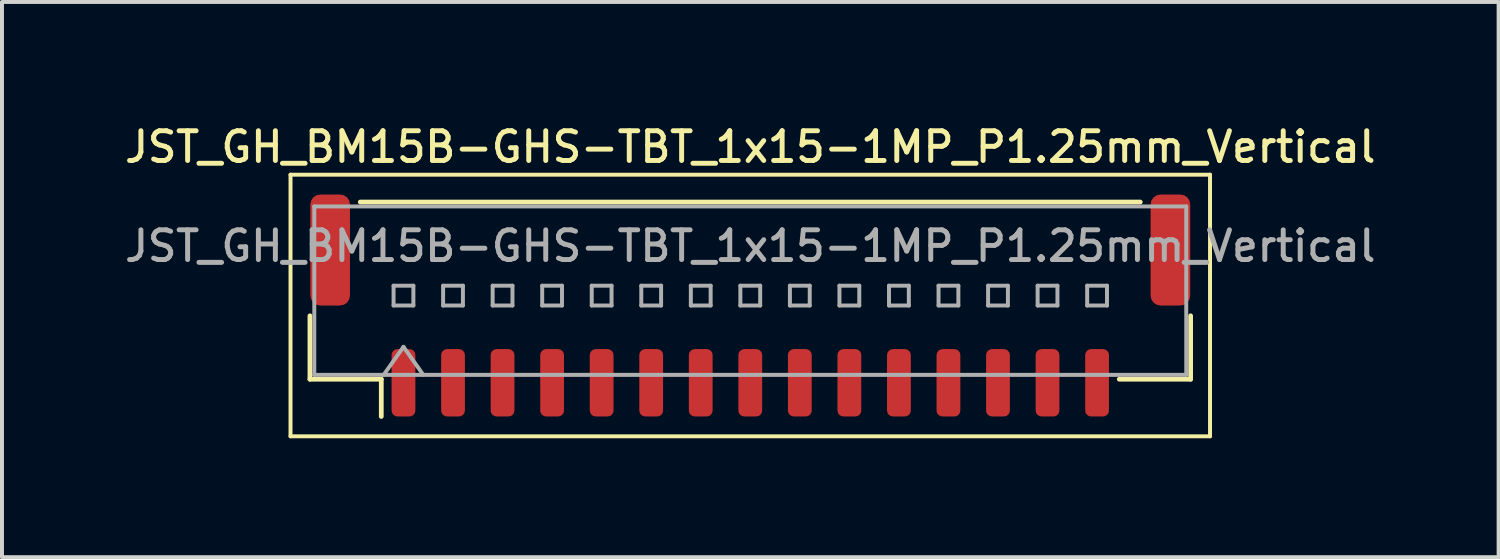
<source format=kicad_pcb>
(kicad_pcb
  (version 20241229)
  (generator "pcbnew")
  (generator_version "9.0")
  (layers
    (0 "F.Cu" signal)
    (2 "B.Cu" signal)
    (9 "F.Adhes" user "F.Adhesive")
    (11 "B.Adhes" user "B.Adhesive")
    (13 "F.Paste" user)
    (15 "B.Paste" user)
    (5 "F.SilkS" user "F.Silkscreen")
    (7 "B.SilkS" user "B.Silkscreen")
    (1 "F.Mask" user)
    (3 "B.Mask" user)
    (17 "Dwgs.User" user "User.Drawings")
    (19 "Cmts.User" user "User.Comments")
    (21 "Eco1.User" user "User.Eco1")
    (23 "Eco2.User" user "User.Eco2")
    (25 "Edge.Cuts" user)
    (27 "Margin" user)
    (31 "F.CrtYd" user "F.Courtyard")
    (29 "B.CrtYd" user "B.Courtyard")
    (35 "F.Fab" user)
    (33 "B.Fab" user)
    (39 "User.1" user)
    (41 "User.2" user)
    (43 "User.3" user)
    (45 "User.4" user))
  (footprint "JST_GH_BM15B-GHS-TBT_1x15-1MP_P1.25mm_Vertical"
    (layer "F.Cu")
    (at 15.88 4.658)
    (property "Reference" "JST_GH_BM15B-GHS-TBT_1x15-1MP_P1.25mm_Vertical" (at 0 -4 0) (layer "F.SilkS") (effects (font (size 0.75 0.75) (thickness 0.125))))
    (attr smd)
    (fp_line (start -11.6 -3.3) (end -11.6 3.3) (stroke (width 0.1) (type solid)) (layer "F.SilkS"))
    (fp_line (start -11.6 3.3) (end 11.6 3.3) (stroke (width 0.1) (type solid)) (layer "F.SilkS"))
    (fp_line (start -11.11 0.26) (end -11.11 1.86) (stroke (width 0.12) (type solid)) (layer "F.SilkS"))
    (fp_line (start -11.11 1.86) (end -9.31 1.86) (stroke (width 0.12) (type solid)) (layer "F.SilkS"))
    (fp_line (start -9.84 -2.61) (end 9.84 -2.61) (stroke (width 0.12) (type solid)) (layer "F.SilkS"))
    (fp_line (start -9.31 1.86) (end -9.31 2.8) (stroke (width 0.12) (type solid)) (layer "F.SilkS"))
    (fp_line (start 11.11 0.26) (end 11.11 1.86) (stroke (width 0.12) (type solid)) (layer "F.SilkS"))
    (fp_line (start 11.11 1.86) (end 9.31 1.86) (stroke (width 0.12) (type solid)) (layer "F.SilkS"))
    (fp_line (start 11.6 -3.3) (end -11.6 -3.3) (stroke (width 0.1) (type solid)) (layer "F.SilkS"))
    (fp_line (start 11.6 3.3) (end 11.6 -3.3) (stroke (width 0.1) (type solid)) (layer "F.SilkS"))
    (fp_line (start -11 -2.5) (end 11 -2.5) (stroke (width 0.1) (type solid)) (layer "F.Fab"))
    (fp_line (start -11 1.75) (end -11 -2.5) (stroke (width 0.1) (type solid)) (layer "F.Fab"))
    (fp_line (start -11 1.75) (end 11 1.75) (stroke (width 0.1) (type solid)) (layer "F.Fab"))
    (fp_line (start -9.25 1.75) (end -8.75 1.043) (stroke (width 0.1) (type solid)) (layer "F.Fab"))
    (fp_line (start -9 -0.5) (end -9 0) (stroke (width 0.1) (type solid)) (layer "F.Fab"))
    (fp_line (start -9 0) (end -8.5 0) (stroke (width 0.1) (type solid)) (layer "F.Fab"))
    (fp_line (start -8.75 1.043) (end -8.25 1.75) (stroke (width 0.1) (type solid)) (layer "F.Fab"))
    (fp_line (start -8.5 -0.5) (end -9 -0.5) (stroke (width 0.1) (type solid)) (layer "F.Fab"))
    (fp_line (start -8.5 0) (end -8.5 -0.5) (stroke (width 0.1) (type solid)) (layer "F.Fab"))
    (fp_line (start -7.75 -0.5) (end -7.75 0) (stroke (width 0.1) (type solid)) (layer "F.Fab"))
    (fp_line (start -7.75 0) (end -7.25 0) (stroke (width 0.1) (type solid)) (layer "F.Fab"))
    (fp_line (start -7.25 -0.5) (end -7.75 -0.5) (stroke (width 0.1) (type solid)) (layer "F.Fab"))
    (fp_line (start -7.25 0) (end -7.25 -0.5) (stroke (width 0.1) (type solid)) (layer "F.Fab"))
    (fp_line (start -6.5 -0.5) (end -6.5 0) (stroke (width 0.1) (type solid)) (layer "F.Fab"))
    (fp_line (start -6.5 0) (end -6 0) (stroke (width 0.1) (type solid)) (layer "F.Fab"))
    (fp_line (start -6 -0.5) (end -6.5 -0.5) (stroke (width 0.1) (type solid)) (layer "F.Fab"))
    (fp_line (start -6 0) (end -6 -0.5) (stroke (width 0.1) (type solid)) (layer "F.Fab"))
    (fp_line (start -5.25 -0.5) (end -5.25 0) (stroke (width 0.1) (type solid)) (layer "F.Fab"))
    (fp_line (start -5.25 0) (end -4.75 0) (stroke (width 0.1) (type solid)) (layer "F.Fab"))
    (fp_line (start -4.75 -0.5) (end -5.25 -0.5) (stroke (width 0.1) (type solid)) (layer "F.Fab"))
    (fp_line (start -4.75 0) (end -4.75 -0.5) (stroke (width 0.1) (type solid)) (layer "F.Fab"))
    (fp_line (start -4 -0.5) (end -4 0) (stroke (width 0.1) (type solid)) (layer "F.Fab"))
    (fp_line (start -4 0) (end -3.5 0) (stroke (width 0.1) (type solid)) (layer "F.Fab"))
    (fp_line (start -3.5 -0.5) (end -4 -0.5) (stroke (width 0.1) (type solid)) (layer "F.Fab"))
    (fp_line (start -3.5 0) (end -3.5 -0.5) (stroke (width 0.1) (type solid)) (layer "F.Fab"))
    (fp_line (start -2.75 -0.5) (end -2.75 0) (stroke (width 0.1) (type solid)) (layer "F.Fab"))
    (fp_line (start -2.75 0) (end -2.25 0) (stroke (width 0.1) (type solid)) (layer "F.Fab"))
    (fp_line (start -2.25 -0.5) (end -2.75 -0.5) (stroke (width 0.1) (type solid)) (layer "F.Fab"))
    (fp_line (start -2.25 0) (end -2.25 -0.5) (stroke (width 0.1) (type solid)) (layer "F.Fab"))
    (fp_line (start -1.5 -0.5) (end -1.5 0) (stroke (width 0.1) (type solid)) (layer "F.Fab"))
    (fp_line (start -1.5 0) (end -1 0) (stroke (width 0.1) (type solid)) (layer "F.Fab"))
    (fp_line (start -1 -0.5) (end -1.5 -0.5) (stroke (width 0.1) (type solid)) (layer "F.Fab"))
    (fp_line (start -1 0) (end -1 -0.5) (stroke (width 0.1) (type solid)) (layer "F.Fab"))
    (fp_line (start -0.25 -0.5) (end -0.25 0) (stroke (width 0.1) (type solid)) (layer "F.Fab"))
    (fp_line (start -0.25 0) (end 0.25 0) (stroke (width 0.1) (type solid)) (layer "F.Fab"))
    (fp_line (start 0.25 -0.5) (end -0.25 -0.5) (stroke (width 0.1) (type solid)) (layer "F.Fab"))
    (fp_line (start 0.25 0) (end 0.25 -0.5) (stroke (width 0.1) (type solid)) (layer "F.Fab"))
    (fp_line (start 1 -0.5) (end 1 0) (stroke (width 0.1) (type solid)) (layer "F.Fab"))
    (fp_line (start 1 0) (end 1.5 0) (stroke (width 0.1) (type solid)) (layer "F.Fab"))
    (fp_line (start 1.5 -0.5) (end 1 -0.5) (stroke (width 0.1) (type solid)) (layer "F.Fab"))
    (fp_line (start 1.5 0) (end 1.5 -0.5) (stroke (width 0.1) (type solid)) (layer "F.Fab"))
    (fp_line (start 2.25 -0.5) (end 2.25 0) (stroke (width 0.1) (type solid)) (layer "F.Fab"))
    (fp_line (start 2.25 0) (end 2.75 0) (stroke (width 0.1) (type solid)) (layer "F.Fab"))
    (fp_line (start 2.75 -0.5) (end 2.25 -0.5) (stroke (width 0.1) (type solid)) (layer "F.Fab"))
    (fp_line (start 2.75 0) (end 2.75 -0.5) (stroke (width 0.1) (type solid)) (layer "F.Fab"))
    (fp_line (start 3.5 -0.5) (end 3.5 0) (stroke (width 0.1) (type solid)) (layer "F.Fab"))
    (fp_line (start 3.5 0) (end 4 0) (stroke (width 0.1) (type solid)) (layer "F.Fab"))
    (fp_line (start 4 -0.5) (end 3.5 -0.5) (stroke (width 0.1) (type solid)) (layer "F.Fab"))
    (fp_line (start 4 0) (end 4 -0.5) (stroke (width 0.1) (type solid)) (layer "F.Fab"))
    (fp_line (start 4.75 -0.5) (end 4.75 0) (stroke (width 0.1) (type solid)) (layer "F.Fab"))
    (fp_line (start 4.75 0) (end 5.25 0) (stroke (width 0.1) (type solid)) (layer "F.Fab"))
    (fp_line (start 5.25 -0.5) (end 4.75 -0.5) (stroke (width 0.1) (type solid)) (layer "F.Fab"))
    (fp_line (start 5.25 0) (end 5.25 -0.5) (stroke (width 0.1) (type solid)) (layer "F.Fab"))
    (fp_line (start 6 -0.5) (end 6 0) (stroke (width 0.1) (type solid)) (layer "F.Fab"))
    (fp_line (start 6 0) (end 6.5 0) (stroke (width 0.1) (type solid)) (layer "F.Fab"))
    (fp_line (start 6.5 -0.5) (end 6 -0.5) (stroke (width 0.1) (type solid)) (layer "F.Fab"))
    (fp_line (start 6.5 0) (end 6.5 -0.5) (stroke (width 0.1) (type solid)) (layer "F.Fab"))
    (fp_line (start 7.25 -0.5) (end 7.25 0) (stroke (width 0.1) (type solid)) (layer "F.Fab"))
    (fp_line (start 7.25 0) (end 7.75 0) (stroke (width 0.1) (type solid)) (layer "F.Fab"))
    (fp_line (start 7.75 -0.5) (end 7.25 -0.5) (stroke (width 0.1) (type solid)) (layer "F.Fab"))
    (fp_line (start 7.75 0) (end 7.75 -0.5) (stroke (width 0.1) (type solid)) (layer "F.Fab"))
    (fp_line (start 8.5 -0.5) (end 8.5 0) (stroke (width 0.1) (type solid)) (layer "F.Fab"))
    (fp_line (start 8.5 0) (end 9 0) (stroke (width 0.1) (type solid)) (layer "F.Fab"))
    (fp_line (start 9 -0.5) (end 8.5 -0.5) (stroke (width 0.1) (type solid)) (layer "F.Fab"))
    (fp_line (start 9 0) (end 9 -0.5) (stroke (width 0.1) (type solid)) (layer "F.Fab"))
    (fp_line (start 11 1.75) (end 11 -2.5) (stroke (width 0.1) (type solid)) (layer "F.Fab"))
    (fp_text user "${REFERENCE}" (at 0 -1.5 0) (layer "F.Fab") (effects (font (size 0.75 0.75) (thickness 0.125))))
    (pad "1" smd roundrect (at -8.75 1.95) (size 0.6 1.7) (layers "F.Cu" "F.Mask" "F.Paste") (roundrect_rratio 0.25))
    (pad "2" smd roundrect (at -7.5 1.95) (size 0.6 1.7) (layers "F.Cu" "F.Mask" "F.Paste") (roundrect_rratio 0.25))
    (pad "3" smd roundrect (at -6.25 1.95) (size 0.6 1.7) (layers "F.Cu" "F.Mask" "F.Paste") (roundrect_rratio 0.25))
    (pad "4" smd roundrect (at -5 1.95) (size 0.6 1.7) (layers "F.Cu" "F.Mask" "F.Paste") (roundrect_rratio 0.25))
    (pad "5" smd roundrect (at -3.75 1.95) (size 0.6 1.7) (layers "F.Cu" "F.Mask" "F.Paste") (roundrect_rratio 0.25))
    (pad "6" smd roundrect (at -2.5 1.95) (size 0.6 1.7) (layers "F.Cu" "F.Mask" "F.Paste") (roundrect_rratio 0.25))
    (pad "7" smd roundrect (at -1.25 1.95) (size 0.6 1.7) (layers "F.Cu" "F.Mask" "F.Paste") (roundrect_rratio 0.25))
    (pad "8" smd roundrect (at 0 1.95) (size 0.6 1.7) (layers "F.Cu" "F.Mask" "F.Paste") (roundrect_rratio 0.25))
    (pad "9" smd roundrect (at 1.25 1.95) (size 0.6 1.7) (layers "F.Cu" "F.Mask" "F.Paste") (roundrect_rratio 0.25))
    (pad "10" smd roundrect (at 2.5 1.95) (size 0.6 1.7) (layers "F.Cu" "F.Mask" "F.Paste") (roundrect_rratio 0.25))
    (pad "11" smd roundrect (at 3.75 1.95) (size 0.6 1.7) (layers "F.Cu" "F.Mask" "F.Paste") (roundrect_rratio 0.25))
    (pad "12" smd roundrect (at 5 1.95) (size 0.6 1.7) (layers "F.Cu" "F.Mask" "F.Paste") (roundrect_rratio 0.25))
    (pad "13" smd roundrect (at 6.25 1.95) (size 0.6 1.7) (layers "F.Cu" "F.Mask" "F.Paste") (roundrect_rratio 0.25))
    (pad "14" smd roundrect (at 7.5 1.95) (size 0.6 1.7) (layers "F.Cu" "F.Mask" "F.Paste") (roundrect_rratio 0.25))
    (pad "15" smd roundrect (at 8.75 1.95) (size 0.6 1.7) (layers "F.Cu" "F.Mask" "F.Paste") (roundrect_rratio 0.25))
    (pad "MP" smd roundrect (at -10.6 -1.4) (size 1 2.8) (layers "F.Cu" "F.Mask" "F.Paste") (roundrect_rratio 0.25))
    (pad "MP" smd roundrect (at 10.6 -1.4) (size 1 2.8) (layers "F.Cu" "F.Mask" "F.Paste") (roundrect_rratio 0.25)))
  (gr_rect
    (start -3 -3)
    (end 34.761 11.008)
    (stroke (width 0.1) (type default))
    (fill no)
    (layer "Edge.Cuts")))
</source>
